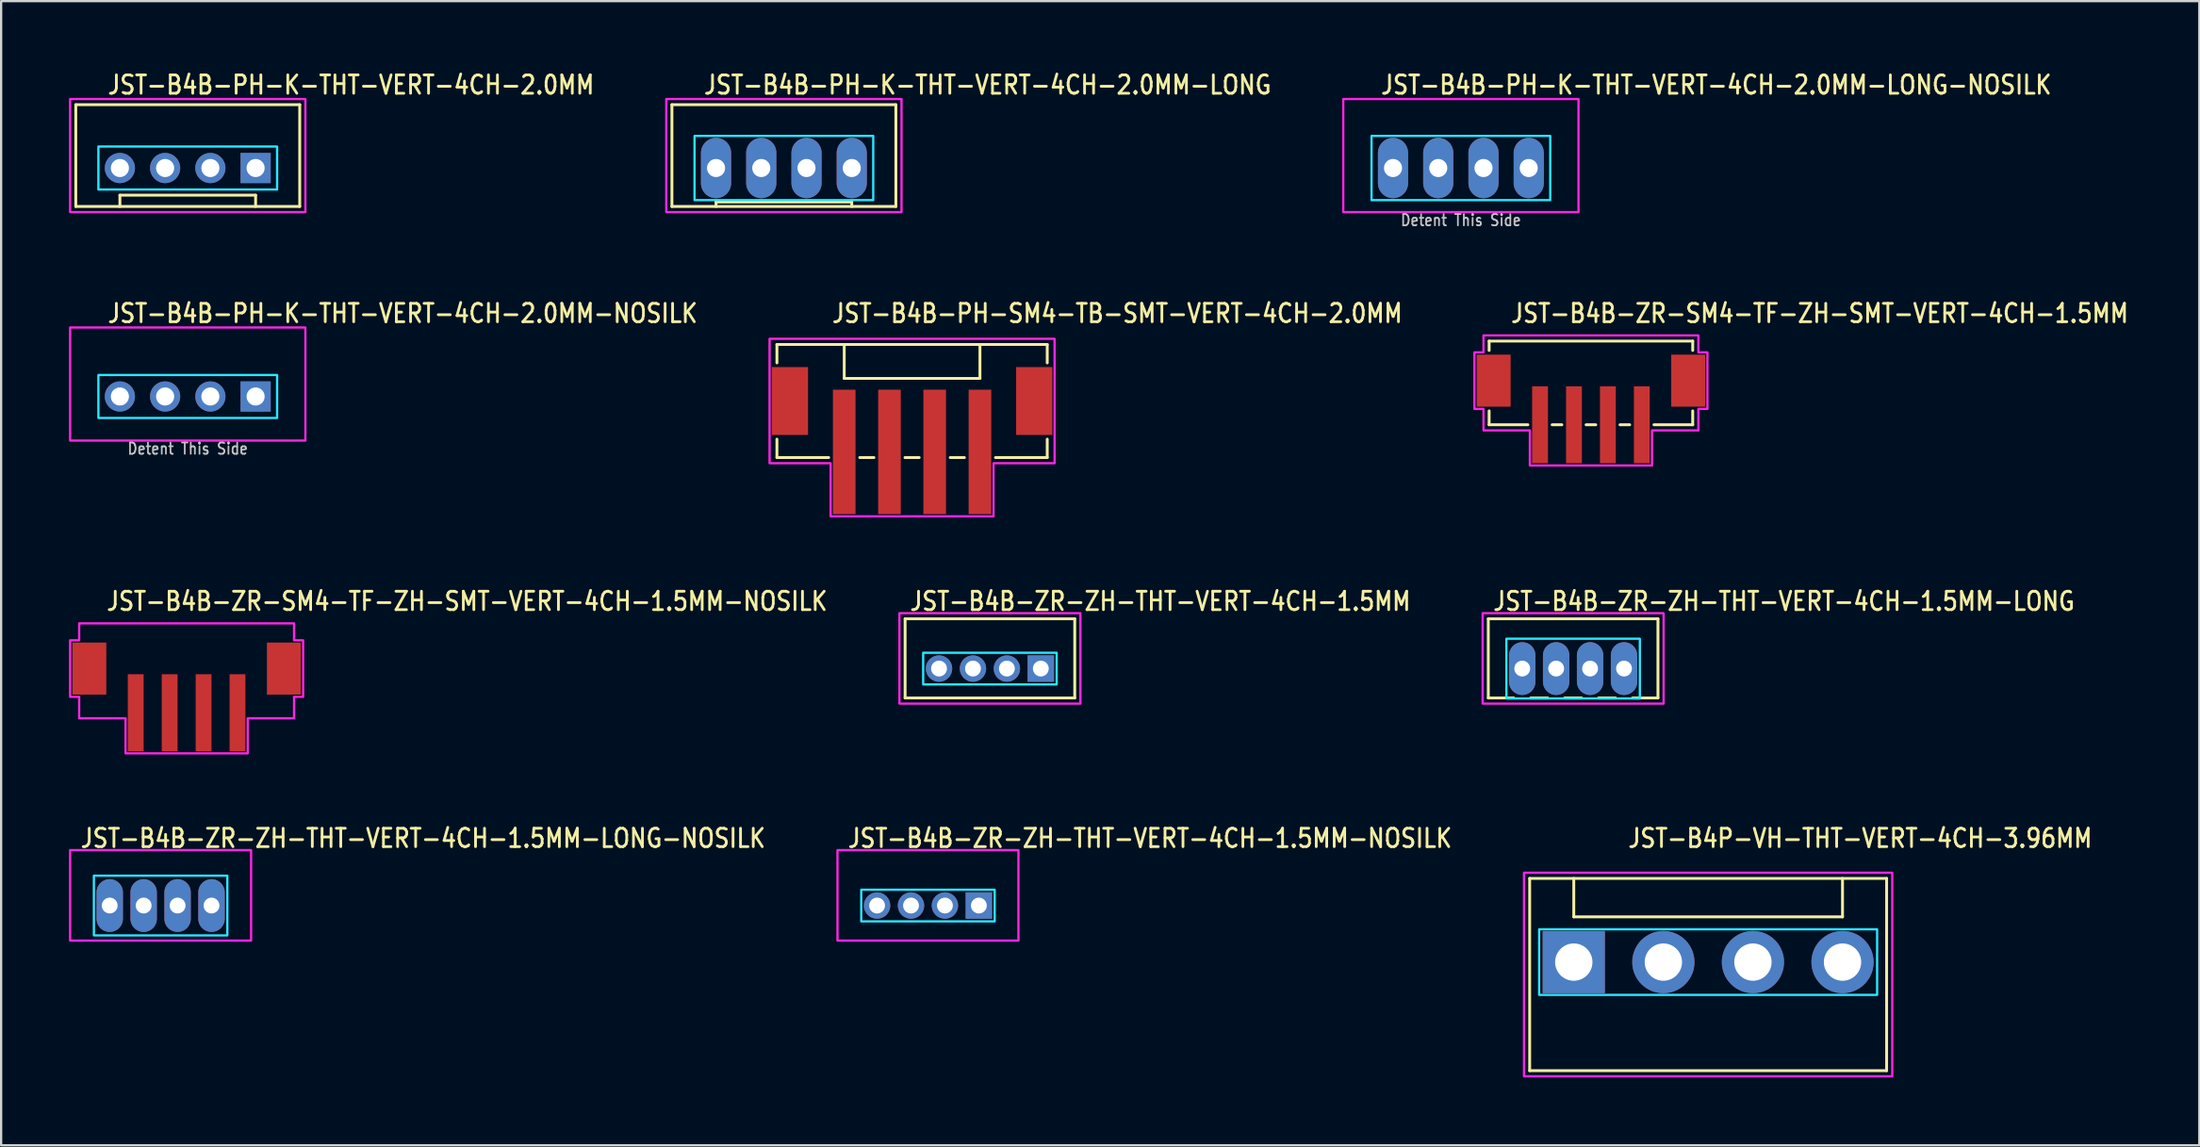
<source format=kicad_pcb>
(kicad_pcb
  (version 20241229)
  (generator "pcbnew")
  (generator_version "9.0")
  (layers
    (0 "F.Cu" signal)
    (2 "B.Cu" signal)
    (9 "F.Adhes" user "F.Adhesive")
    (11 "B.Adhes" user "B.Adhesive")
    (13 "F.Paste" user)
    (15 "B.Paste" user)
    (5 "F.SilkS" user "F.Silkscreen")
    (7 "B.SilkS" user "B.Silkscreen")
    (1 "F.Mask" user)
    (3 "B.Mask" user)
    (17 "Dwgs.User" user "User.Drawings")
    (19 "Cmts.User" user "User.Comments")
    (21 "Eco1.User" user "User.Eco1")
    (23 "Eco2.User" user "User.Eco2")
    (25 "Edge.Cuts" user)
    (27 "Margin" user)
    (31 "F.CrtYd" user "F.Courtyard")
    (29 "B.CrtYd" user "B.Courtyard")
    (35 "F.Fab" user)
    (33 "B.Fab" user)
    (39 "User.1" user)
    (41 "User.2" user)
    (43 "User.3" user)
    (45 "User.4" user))
  (footprint "JST-B4B-PH-K-THT-VERT-4CH-2.0MM-LONG-NOSILK"
    (layer "F.Cu")
    (at 61.532 4.379)
    (property "Reference" "JST-B4B-PH-K-THT-VERT-4CH-2.0MM-LONG-NOSILK" (at -3.6 -3.2 0) (unlocked yes) (layer "F.SilkS") (effects (font (size 0.813 0.695) (thickness 0.122)) (justify left bottom)))
    (fp_poly (pts (xy -3.95 -1.42) (xy -3.95 1.42) (xy 3.95 1.42) (xy 3.95 -1.42)) (stroke (width 0.1) (type solid)) (fill no) (layer "B.CrtYd"))
    (fp_poly (pts (xy -5.2 1.95) (xy -5.2 -3.05) (xy 5.2 -3.05) (xy 5.2 1.95)) (stroke (width 0.1) (type solid)) (fill no) (layer "F.CrtYd"))
    (fp_text user "Detent This Side" (at 0 2.6 0) (unlocked yes) (layer "Dwgs.User") (effects (font (size 0.5 0.427) (thickness 0.075)) (justify bottom)))
    (pad "P$1" thru_hole oval (at 3 0 90) (size 2.667 1.333) (drill 0.8) (layers "*.Cu" "*.Mask"))
    (pad "P$2" thru_hole oval (at 1 0 90) (size 2.667 1.333) (drill 0.8) (layers "*.Cu" "*.Mask"))
    (pad "P$3" thru_hole oval (at -1 0 90) (size 2.667 1.333) (drill 0.8) (layers "*.Cu" "*.Mask"))
    (pad "P$4" thru_hole oval (at -3 0 90) (size 2.667 1.333) (drill 0.8) (layers "*.Cu" "*.Mask")))
  (footprint "JST-B4B-PH-SM4-TB-SMT-VERT-4CH-2.0MM"
    (layer "F.Cu")
    (at 37.271 14.68)
    (property "Reference" "JST-B4B-PH-SM4-TB-SMT-VERT-4CH-2.0MM" (at -3.6 -3.4 0) (unlocked yes) (layer "F.SilkS") (effects (font (size 0.813 0.695) (thickness 0.122)) (justify left bottom)))
    (fp_line (start -5.975 -2.5) (end -5.975 -1.687) (stroke (width 0.127) (type solid)) (layer "F.SilkS"))
    (fp_line (start -5.975 -2.5) (end 5.975 -2.5) (stroke (width 0.127) (type solid)) (layer "F.SilkS"))
    (fp_line (start -5.975 2.5) (end -5.975 1.687) (stroke (width 0.127) (type solid)) (layer "F.SilkS"))
    (fp_line (start -5.975 2.5) (end -3.687 2.5) (stroke (width 0.127) (type solid)) (layer "F.SilkS"))
    (fp_line (start -3 -2.5) (end -3 -1) (stroke (width 0.127) (type solid)) (layer "F.SilkS"))
    (fp_line (start -3 -1) (end 3 -1) (stroke (width 0.127) (type solid)) (layer "F.SilkS"))
    (fp_line (start -2.313 2.5) (end -1.687 2.5) (stroke (width 0.127) (type solid)) (layer "F.SilkS"))
    (fp_line (start -0.314 2.5) (end 0.314 2.5) (stroke (width 0.127) (type solid)) (layer "F.SilkS"))
    (fp_line (start 1.687 2.5) (end 2.313 2.5) (stroke (width 0.127) (type solid)) (layer "F.SilkS"))
    (fp_line (start 3 -1) (end 3 -2.5) (stroke (width 0.127) (type solid)) (layer "F.SilkS"))
    (fp_line (start 3.687 2.5) (end 5.975 2.5) (stroke (width 0.127) (type solid)) (layer "F.SilkS"))
    (fp_line (start 5.975 -1.687) (end 5.975 -2.5) (stroke (width 0.127) (type solid)) (layer "F.SilkS"))
    (fp_line (start 5.975 1.687) (end 5.975 2.5) (stroke (width 0.127) (type solid)) (layer "F.SilkS"))
    (fp_poly (pts (xy -6.3 -2.75) (xy -6.3 2.75) (xy -3.6 2.75) (xy -3.6 5.1) (xy 3.6 5.1) (xy 3.6 2.75) (xy 6.3 2.75) (xy 6.3 -2.75)) (stroke (width 0.1) (type solid)) (fill no) (layer "F.CrtYd"))
    (pad "P$1" smd rect (at -3 2.25) (size 1 5.5) (layers "F.Cu" "F.Mask" "F.Paste"))
    (pad "P$2" smd rect (at -1 2.25) (size 1 5.5) (layers "F.Cu" "F.Mask" "F.Paste"))
    (pad "P$3" smd rect (at 1 2.25) (size 1 5.5) (layers "F.Cu" "F.Mask" "F.Paste"))
    (pad "P$4" smd rect (at 3 2.25) (size 1 5.5) (layers "F.Cu" "F.Mask" "F.Paste"))
    (pad "S$1" smd rect (at -5.4 0) (size 1.6 3) (layers "F.Cu" "F.Mask" "F.Paste"))
    (pad "S$2" smd rect (at 5.4 0) (size 1.6 3) (layers "F.Cu" "F.Mask" "F.Paste")))
  (footprint "JST-B4B-ZR-ZH-THT-VERT-4CH-1.5MM"
    (layer "F.Cu")
    (at 40.712 26.509)
    (property "Reference" "JST-B4B-ZR-ZH-THT-VERT-4CH-1.5MM" (at -3.6 -2.5 0) (unlocked yes) (layer "F.SilkS") (effects (font (size 0.813 0.695) (thickness 0.122)) (justify left bottom)))
    (fp_line (start -3.75 -2.2) (end 3.75 -2.2) (stroke (width 0.127) (type solid)) (layer "F.SilkS"))
    (fp_line (start -3.75 1.3) (end -3.75 -2.2) (stroke (width 0.127) (type solid)) (layer "F.SilkS"))
    (fp_line (start -3.75 1.3) (end 3.75 1.3) (stroke (width 0.127) (type solid)) (layer "F.SilkS"))
    (fp_line (start 3.75 -2.2) (end 3.75 1.3) (stroke (width 0.127) (type solid)) (layer "F.SilkS"))
    (fp_poly (pts (xy -2.95 -0.7) (xy -2.95 0.7) (xy 2.95 0.7) (xy 2.95 -0.7)) (stroke (width 0.1) (type solid)) (fill no) (layer "B.CrtYd"))
    (fp_poly (pts (xy -4 -2.45) (xy -4 1.55) (xy 4 1.55) (xy 4 -2.45)) (stroke (width 0.1) (type solid)) (fill no) (layer "F.CrtYd"))
    (pad "P$1" thru_hole rect (at 2.25 0) (size 1.167 1.167) (drill 0.7) (layers "*.Cu" "*.Mask"))
    (pad "P$2" thru_hole oval (at 0.75 0) (size 1.167 1.167) (drill 0.7) (layers "*.Cu" "*.Mask"))
    (pad "P$3" thru_hole oval (at -0.75 0) (size 1.167 1.167) (drill 0.7) (layers "*.Cu" "*.Mask"))
    (pad "P$4" thru_hole oval (at -2.25 0) (size 1.167 1.167) (drill 0.7) (layers "*.Cu" "*.Mask")))
  (footprint "JST-B4B-PH-K-THT-VERT-4CH-2.0MM-LONG"
    (layer "F.Cu")
    (at 31.604 4.379)
    (property "Reference" "JST-B4B-PH-K-THT-VERT-4CH-2.0MM-LONG" (at -3.6 -3.2 0) (unlocked yes) (layer "F.SilkS") (effects (font (size 0.813 0.695) (thickness 0.122)) (justify left bottom)))
    (fp_line (start -4.95 -2.8) (end -4.95 1.7) (stroke (width 0.127) (type solid)) (layer "F.SilkS"))
    (fp_line (start -4.95 -2.8) (end 4.95 -2.8) (stroke (width 0.127) (type solid)) (layer "F.SilkS"))
    (fp_line (start -4.95 1.7) (end 4.95 1.7) (stroke (width 0.127) (type solid)) (layer "F.SilkS"))
    (fp_line (start -3 1.7) (end -3 1.5) (stroke (width 0.127) (type solid)) (layer "F.SilkS"))
    (fp_line (start 3 1.5) (end -3 1.5) (stroke (width 0.127) (type solid)) (layer "F.SilkS"))
    (fp_line (start 3 1.7) (end 3 1.5) (stroke (width 0.127) (type solid)) (layer "F.SilkS"))
    (fp_line (start 4.95 1.7) (end 4.95 -2.8) (stroke (width 0.127) (type solid)) (layer "F.SilkS"))
    (fp_poly (pts (xy -3.95 -1.42) (xy -3.95 1.42) (xy 3.95 1.42) (xy 3.95 -1.42)) (stroke (width 0.1) (type solid)) (fill no) (layer "B.CrtYd"))
    (fp_poly (pts (xy -5.2 1.95) (xy -5.2 -3.05) (xy 5.2 -3.05) (xy 5.2 1.95)) (stroke (width 0.1) (type solid)) (fill no) (layer "F.CrtYd"))
    (pad "P$1" thru_hole oval (at 3 0 90) (size 2.667 1.333) (drill 0.8) (layers "*.Cu" "*.Mask"))
    (pad "P$2" thru_hole oval (at 1 0 90) (size 2.667 1.333) (drill 0.8) (layers "*.Cu" "*.Mask"))
    (pad "P$3" thru_hole oval (at -1 0 90) (size 2.667 1.333) (drill 0.8) (layers "*.Cu" "*.Mask"))
    (pad "P$4" thru_hole oval (at -3 0 90) (size 2.667 1.333) (drill 0.8) (layers "*.Cu" "*.Mask")))
  (footprint "JST-B4B-ZR-SM4-TF-ZH-SMT-VERT-4CH-1.5MM-NOSILK"
    (layer "F.Cu")
    (at 5.2 26.509)
    (property "Reference" "JST-B4B-ZR-SM4-TF-ZH-SMT-VERT-4CH-1.5MM-NOSILK" (at -3.6 -2.5 0) (unlocked yes) (layer "F.SilkS") (effects (font (size 0.813 0.695) (thickness 0.122)) (justify left bottom)))
    (fp_poly (pts (xy -4.75 -2) (xy -4.75 -1.25) (xy -5.15 -1.25) (xy -5.15 1.25) (xy -4.75 1.25) (xy -4.75 2.2) (xy -2.7 2.2) (xy -2.7 3.75) (xy 2.7 3.75) (xy 2.7 2.2) (xy 4.75 2.2) (xy 4.75 1.25) (xy 5.15 1.25) (xy 5.15 -1.25) (xy 4.75 -1.25) (xy 4.75 -2)) (stroke (width 0.1) (type solid)) (fill no) (layer "F.CrtYd"))
    (pad "P$1" smd rect (at -2.25 1.95) (size 0.7 3.4) (layers "F.Cu" "F.Mask" "F.Paste"))
    (pad "P$2" smd rect (at -0.75 1.95) (size 0.7 3.4) (layers "F.Cu" "F.Mask" "F.Paste"))
    (pad "P$3" smd rect (at 0.75 1.95) (size 0.7 3.4) (layers "F.Cu" "F.Mask" "F.Paste"))
    (pad "P$4" smd rect (at 2.25 1.95) (size 0.7 3.4) (layers "F.Cu" "F.Mask" "F.Paste"))
    (pad "P$5" smd rect (at 4.3 0) (size 1.5 2.3) (layers "F.Cu" "F.Mask" "F.Paste"))
    (pad "P$6" smd rect (at -4.3 0) (size 1.5 2.3) (layers "F.Cu" "F.Mask" "F.Paste")))
  (footprint "JST-B4B-PH-K-THT-VERT-4CH-2.0MM"
    (layer "F.Cu")
    (at 5.25 4.379)
    (property "Reference" "JST-B4B-PH-K-THT-VERT-4CH-2.0MM" (at -3.6 -3.2 0) (unlocked yes) (layer "F.SilkS") (effects (font (size 0.813 0.695) (thickness 0.122)) (justify left bottom)))
    (fp_line (start -4.95 -2.8) (end -4.95 1.7) (stroke (width 0.127) (type solid)) (layer "F.SilkS"))
    (fp_line (start -4.95 -2.8) (end 4.95 -2.8) (stroke (width 0.127) (type solid)) (layer "F.SilkS"))
    (fp_line (start -4.95 1.7) (end 4.95 1.7) (stroke (width 0.127) (type solid)) (layer "F.SilkS"))
    (fp_line (start -3 1.7) (end -3 1.2) (stroke (width 0.127) (type solid)) (layer "F.SilkS"))
    (fp_line (start 3 1.2) (end -3 1.2) (stroke (width 0.127) (type solid)) (layer "F.SilkS"))
    (fp_line (start 3 1.7) (end 3 1.2) (stroke (width 0.127) (type solid)) (layer "F.SilkS"))
    (fp_line (start 4.95 1.7) (end 4.95 -2.8) (stroke (width 0.127) (type solid)) (layer "F.SilkS"))
    (fp_poly (pts (xy -3.95 -0.95) (xy -3.95 0.95) (xy 3.95 0.95) (xy 3.95 -0.95)) (stroke (width 0.1) (type solid)) (fill no) (layer "B.CrtYd"))
    (fp_poly (pts (xy -5.2 1.95) (xy -5.2 -3.05) (xy 5.2 -3.05) (xy 5.2 1.95)) (stroke (width 0.1) (type solid)) (fill no) (layer "F.CrtYd"))
    (pad "P$1" thru_hole rect (at 3 0) (size 1.333 1.333) (drill 0.8) (layers "*.Cu" "*.Mask"))
    (pad "P$2" thru_hole oval (at 1 0) (size 1.333 1.333) (drill 0.8) (layers "*.Cu" "*.Mask"))
    (pad "P$3" thru_hole oval (at -1 0) (size 1.333 1.333) (drill 0.8) (layers "*.Cu" "*.Mask"))
    (pad "P$4" thru_hole oval (at -3 0) (size 1.333 1.333) (drill 0.8) (layers "*.Cu" "*.Mask")))
  (footprint "JST-B4B-PH-K-THT-VERT-4CH-2.0MM-NOSILK"
    (layer "F.Cu")
    (at 5.25 14.48)
    (property "Reference" "JST-B4B-PH-K-THT-VERT-4CH-2.0MM-NOSILK" (at -3.6 -3.2 0) (unlocked yes) (layer "F.SilkS") (effects (font (size 0.813 0.695) (thickness 0.122)) (justify left bottom)))
    (fp_poly (pts (xy -3.95 -0.95) (xy -3.95 0.95) (xy 3.95 0.95) (xy 3.95 -0.95)) (stroke (width 0.1) (type solid)) (fill no) (layer "B.CrtYd"))
    (fp_poly (pts (xy -5.2 1.95) (xy -5.2 -3.05) (xy 5.2 -3.05) (xy 5.2 1.95)) (stroke (width 0.1) (type solid)) (fill no) (layer "F.CrtYd"))
    (fp_text user "Detent This Side" (at 0 2.6 0) (unlocked yes) (layer "Dwgs.User") (effects (font (size 0.5 0.427) (thickness 0.075)) (justify bottom)))
    (pad "P$1" thru_hole rect (at 3 0) (size 1.333 1.333) (drill 0.8) (layers "*.Cu" "*.Mask"))
    (pad "P$2" thru_hole oval (at 1 0) (size 1.333 1.333) (drill 0.8) (layers "*.Cu" "*.Mask"))
    (pad "P$3" thru_hole oval (at -1 0) (size 1.333 1.333) (drill 0.8) (layers "*.Cu" "*.Mask"))
    (pad "P$4" thru_hole oval (at -3 0) (size 1.333 1.333) (drill 0.8) (layers "*.Cu" "*.Mask")))
  (footprint "JST-B4B-ZR-SM4-TF-ZH-SMT-VERT-4CH-1.5MM"
    (layer "F.Cu")
    (at 67.281 13.78)
    (property "Reference" "JST-B4B-ZR-SM4-TF-ZH-SMT-VERT-4CH-1.5MM" (at -3.6 -2.5 0) (unlocked yes) (layer "F.SilkS") (effects (font (size 0.813 0.695) (thickness 0.122)) (justify left bottom)))
    (fp_line (start -4.5 -1.75) (end -4.5 -1.337) (stroke (width 0.127) (type solid)) (layer "F.SilkS"))
    (fp_line (start -4.5 -1.75) (end 4.5 -1.75) (stroke (width 0.127) (type solid)) (layer "F.SilkS"))
    (fp_line (start -4.5 1.95) (end -4.5 1.337) (stroke (width 0.127) (type solid)) (layer "F.SilkS"))
    (fp_line (start -4.5 1.95) (end -2.787 1.95) (stroke (width 0.127) (type solid)) (layer "F.SilkS"))
    (fp_line (start -1.714 1.95) (end -1.286 1.95) (stroke (width 0.127) (type solid)) (layer "F.SilkS"))
    (fp_line (start -0.213 1.95) (end 0.213 1.95) (stroke (width 0.127) (type solid)) (layer "F.SilkS"))
    (fp_line (start 1.286 1.95) (end 1.714 1.95) (stroke (width 0.127) (type solid)) (layer "F.SilkS"))
    (fp_line (start 2.787 1.95) (end 4.5 1.95) (stroke (width 0.127) (type solid)) (layer "F.SilkS"))
    (fp_line (start 4.5 -1.337) (end 4.5 -1.75) (stroke (width 0.127) (type solid)) (layer "F.SilkS"))
    (fp_line (start 4.5 1.337) (end 4.5 1.95) (stroke (width 0.127) (type solid)) (layer "F.SilkS"))
    (fp_poly (pts (xy -4.75 -2) (xy -4.75 -1.25) (xy -5.15 -1.25) (xy -5.15 1.25) (xy -4.75 1.25) (xy -4.75 2.2) (xy -2.7 2.2) (xy -2.7 3.75) (xy 2.7 3.75) (xy 2.7 2.2) (xy 4.75 2.2) (xy 4.75 1.25) (xy 5.15 1.25) (xy 5.15 -1.25) (xy 4.75 -1.25) (xy 4.75 -2)) (stroke (width 0.1) (type solid)) (fill no) (layer "F.CrtYd"))
    (pad "P$1" smd rect (at -2.25 1.95) (size 0.7 3.4) (layers "F.Cu" "F.Mask" "F.Paste"))
    (pad "P$2" smd rect (at -0.75 1.95) (size 0.7 3.4) (layers "F.Cu" "F.Mask" "F.Paste"))
    (pad "P$3" smd rect (at 0.75 1.95) (size 0.7 3.4) (layers "F.Cu" "F.Mask" "F.Paste"))
    (pad "P$4" smd rect (at 2.25 1.95) (size 0.7 3.4) (layers "F.Cu" "F.Mask" "F.Paste"))
    (pad "S$5" smd rect (at 4.3 0) (size 1.5 2.3) (layers "F.Cu" "F.Mask" "F.Paste"))
    (pad "S$6" smd rect (at -4.3 0) (size 1.5 2.3) (layers "F.Cu" "F.Mask" "F.Paste")))
  (footprint "JST-B4B-ZR-ZH-THT-VERT-4CH-1.5MM-NOSILK"
    (layer "F.Cu")
    (at 37.973 36.987)
    (property "Reference" "JST-B4B-ZR-ZH-THT-VERT-4CH-1.5MM-NOSILK" (at -3.6 -2.5 0) (unlocked yes) (layer "F.SilkS") (effects (font (size 0.813 0.695) (thickness 0.122)) (justify left bottom)))
    (fp_poly (pts (xy -2.95 -0.7) (xy -2.95 0.7) (xy 2.95 0.7) (xy 2.95 -0.7)) (stroke (width 0.1) (type solid)) (fill no) (layer "B.CrtYd"))
    (fp_poly (pts (xy -4 -2.45) (xy -4 1.55) (xy 4 1.55) (xy 4 -2.45)) (stroke (width 0.1) (type solid)) (fill no) (layer "F.CrtYd"))
    (pad "P$1" thru_hole rect (at 2.25 0) (size 1.167 1.167) (drill 0.7) (layers "*.Cu" "*.Mask"))
    (pad "P$2" thru_hole oval (at 0.75 0) (size 1.167 1.167) (drill 0.7) (layers "*.Cu" "*.Mask"))
    (pad "P$3" thru_hole oval (at -0.75 0) (size 1.167 1.167) (drill 0.7) (layers "*.Cu" "*.Mask"))
    (pad "P$4" thru_hole oval (at -2.25 0) (size 1.167 1.167) (drill 0.7) (layers "*.Cu" "*.Mask")))
  (footprint "JST-B4P-VH-THT-VERT-4CH-3.96MM"
    (layer "F.Cu")
    (at 72.463 39.487)
    (property "Reference" "JST-B4P-VH-THT-VERT-4CH-3.96MM" (at -3.6 -5 0) (unlocked yes) (layer "F.SilkS") (effects (font (size 0.813 0.695) (thickness 0.122)) (justify left bottom)))
    (fp_line (start -7.89 -3.7) (end 7.89 -3.7) (stroke (width 0.127) (type solid)) (layer "F.SilkS"))
    (fp_line (start -7.89 4.8) (end -7.89 -3.7) (stroke (width 0.127) (type solid)) (layer "F.SilkS"))
    (fp_line (start -7.89 4.8) (end 7.89 4.8) (stroke (width 0.127) (type solid)) (layer "F.SilkS"))
    (fp_line (start -5.94 -3.7) (end -5.94 -2) (stroke (width 0.127) (type solid)) (layer "F.SilkS"))
    (fp_line (start -5.94 -2) (end 5.94 -2) (stroke (width 0.127) (type solid)) (layer "F.SilkS"))
    (fp_line (start 5.94 -3.7) (end 5.94 -2) (stroke (width 0.127) (type solid)) (layer "F.SilkS"))
    (fp_line (start 7.89 -3.7) (end 7.89 4.8) (stroke (width 0.127) (type solid)) (layer "F.SilkS"))
    (fp_poly (pts (xy -7.47 -1.45) (xy -7.47 1.45) (xy 7.47 1.45) (xy 7.47 -1.45)) (stroke (width 0.1) (type solid)) (fill no) (layer "B.CrtYd"))
    (fp_poly (pts (xy -8.14 -3.95) (xy -8.14 5.05) (xy 8.14 5.05) (xy 8.14 -3.95)) (stroke (width 0.1) (type solid)) (fill no) (layer "F.CrtYd"))
    (pad "P$1" thru_hole rect (at -5.94 0) (size 2.75 2.75) (drill 1.65) (layers "*.Cu" "*.Mask"))
    (pad "P$2" thru_hole oval (at -1.98 0) (size 2.75 2.75) (drill 1.65) (layers "*.Cu" "*.Mask"))
    (pad "P$3" thru_hole oval (at 1.98 0) (size 2.75 2.75) (drill 1.65) (layers "*.Cu" "*.Mask"))
    (pad "P$4" thru_hole oval (at 5.94 0) (size 2.75 2.75) (drill 1.65) (layers "*.Cu" "*.Mask")))
  (footprint "JST-B4B-ZR-ZH-THT-VERT-4CH-1.5MM-LONG"
    (layer "F.Cu")
    (at 66.494 26.509)
    (property "Reference" "JST-B4B-ZR-ZH-THT-VERT-4CH-1.5MM-LONG" (at -3.6 -2.5 0) (unlocked yes) (layer "F.SilkS") (effects (font (size 0.813 0.695) (thickness 0.122)) (justify left bottom)))
    (fp_line (start -3.75 -2.2) (end 3.75 -2.2) (stroke (width 0.127) (type solid)) (layer "F.SilkS"))
    (fp_line (start -3.75 1.3) (end -3.75 -2.2) (stroke (width 0.127) (type solid)) (layer "F.SilkS"))
    (fp_line (start -3.75 1.3) (end -2.625 1.3) (stroke (width 0.127) (type solid)) (layer "F.SilkS"))
    (fp_line (start -1.875 1.3) (end -1.125 1.3) (stroke (width 0.127) (type solid)) (layer "F.SilkS"))
    (fp_line (start -0.375 1.3) (end 0.375 1.3) (stroke (width 0.127) (type solid)) (layer "F.SilkS"))
    (fp_line (start 1.125 1.3) (end 1.875 1.3) (stroke (width 0.127) (type solid)) (layer "F.SilkS"))
    (fp_line (start 2.625 1.3) (end 3.75 1.3) (stroke (width 0.127) (type solid)) (layer "F.SilkS"))
    (fp_line (start 3.75 -2.2) (end 3.75 1.3) (stroke (width 0.127) (type solid)) (layer "F.SilkS"))
    (fp_poly (pts (xy -2.95 -1.32) (xy -2.95 1.32) (xy 2.95 1.32) (xy 2.95 -1.32)) (stroke (width 0.1) (type solid)) (fill no) (layer "B.CrtYd"))
    (fp_poly (pts (xy -4 -2.45) (xy -4 1.55) (xy 4 1.55) (xy 4 -2.45)) (stroke (width 0.1) (type solid)) (fill no) (layer "F.CrtYd"))
    (pad "P$1" thru_hole oval (at 2.25 0 90) (size 2.333 1.167) (drill 0.7) (layers "*.Cu" "*.Mask"))
    (pad "P$2" thru_hole oval (at 0.75 0 90) (size 2.333 1.167) (drill 0.7) (layers "*.Cu" "*.Mask"))
    (pad "P$3" thru_hole oval (at -0.75 0 90) (size 2.333 1.167) (drill 0.7) (layers "*.Cu" "*.Mask"))
    (pad "P$4" thru_hole oval (at -2.25 0 90) (size 2.333 1.167) (drill 0.7) (layers "*.Cu" "*.Mask")))
  (footprint "JST-B4B-ZR-ZH-THT-VERT-4CH-1.5MM-LONG-NOSILK"
    (layer "F.Cu")
    (at 4.05 36.987)
    (property "Reference" "JST-B4B-ZR-ZH-THT-VERT-4CH-1.5MM-LONG-NOSILK" (at -3.6 -2.5 0) (unlocked yes) (layer "F.SilkS") (effects (font (size 0.813 0.695) (thickness 0.122)) (justify left bottom)))
    (fp_poly (pts (xy -2.95 -1.32) (xy -2.95 1.32) (xy 2.95 1.32) (xy 2.95 -1.32)) (stroke (width 0.1) (type solid)) (fill no) (layer "B.CrtYd"))
    (fp_poly (pts (xy -4 -2.45) (xy -4 1.55) (xy 4 1.55) (xy 4 -2.45)) (stroke (width 0.1) (type solid)) (fill no) (layer "F.CrtYd"))
    (pad "P$1" thru_hole oval (at 2.25 0 90) (size 2.333 1.167) (drill 0.7) (layers "*.Cu" "*.Mask"))
    (pad "P$2" thru_hole oval (at 0.75 0 90) (size 2.333 1.167) (drill 0.7) (layers "*.Cu" "*.Mask"))
    (pad "P$3" thru_hole oval (at -0.75 0 90) (size 2.333 1.167) (drill 0.7) (layers "*.Cu" "*.Mask"))
    (pad "P$4" thru_hole oval (at -2.25 0 90) (size 2.333 1.167) (drill 0.7) (layers "*.Cu" "*.Mask")))
  (gr_rect
    (start -3 -3)
    (end 94.176 47.587)
    (stroke (width 0.1) (type default))
    (fill no)
    (layer "Edge.Cuts")))
</source>
